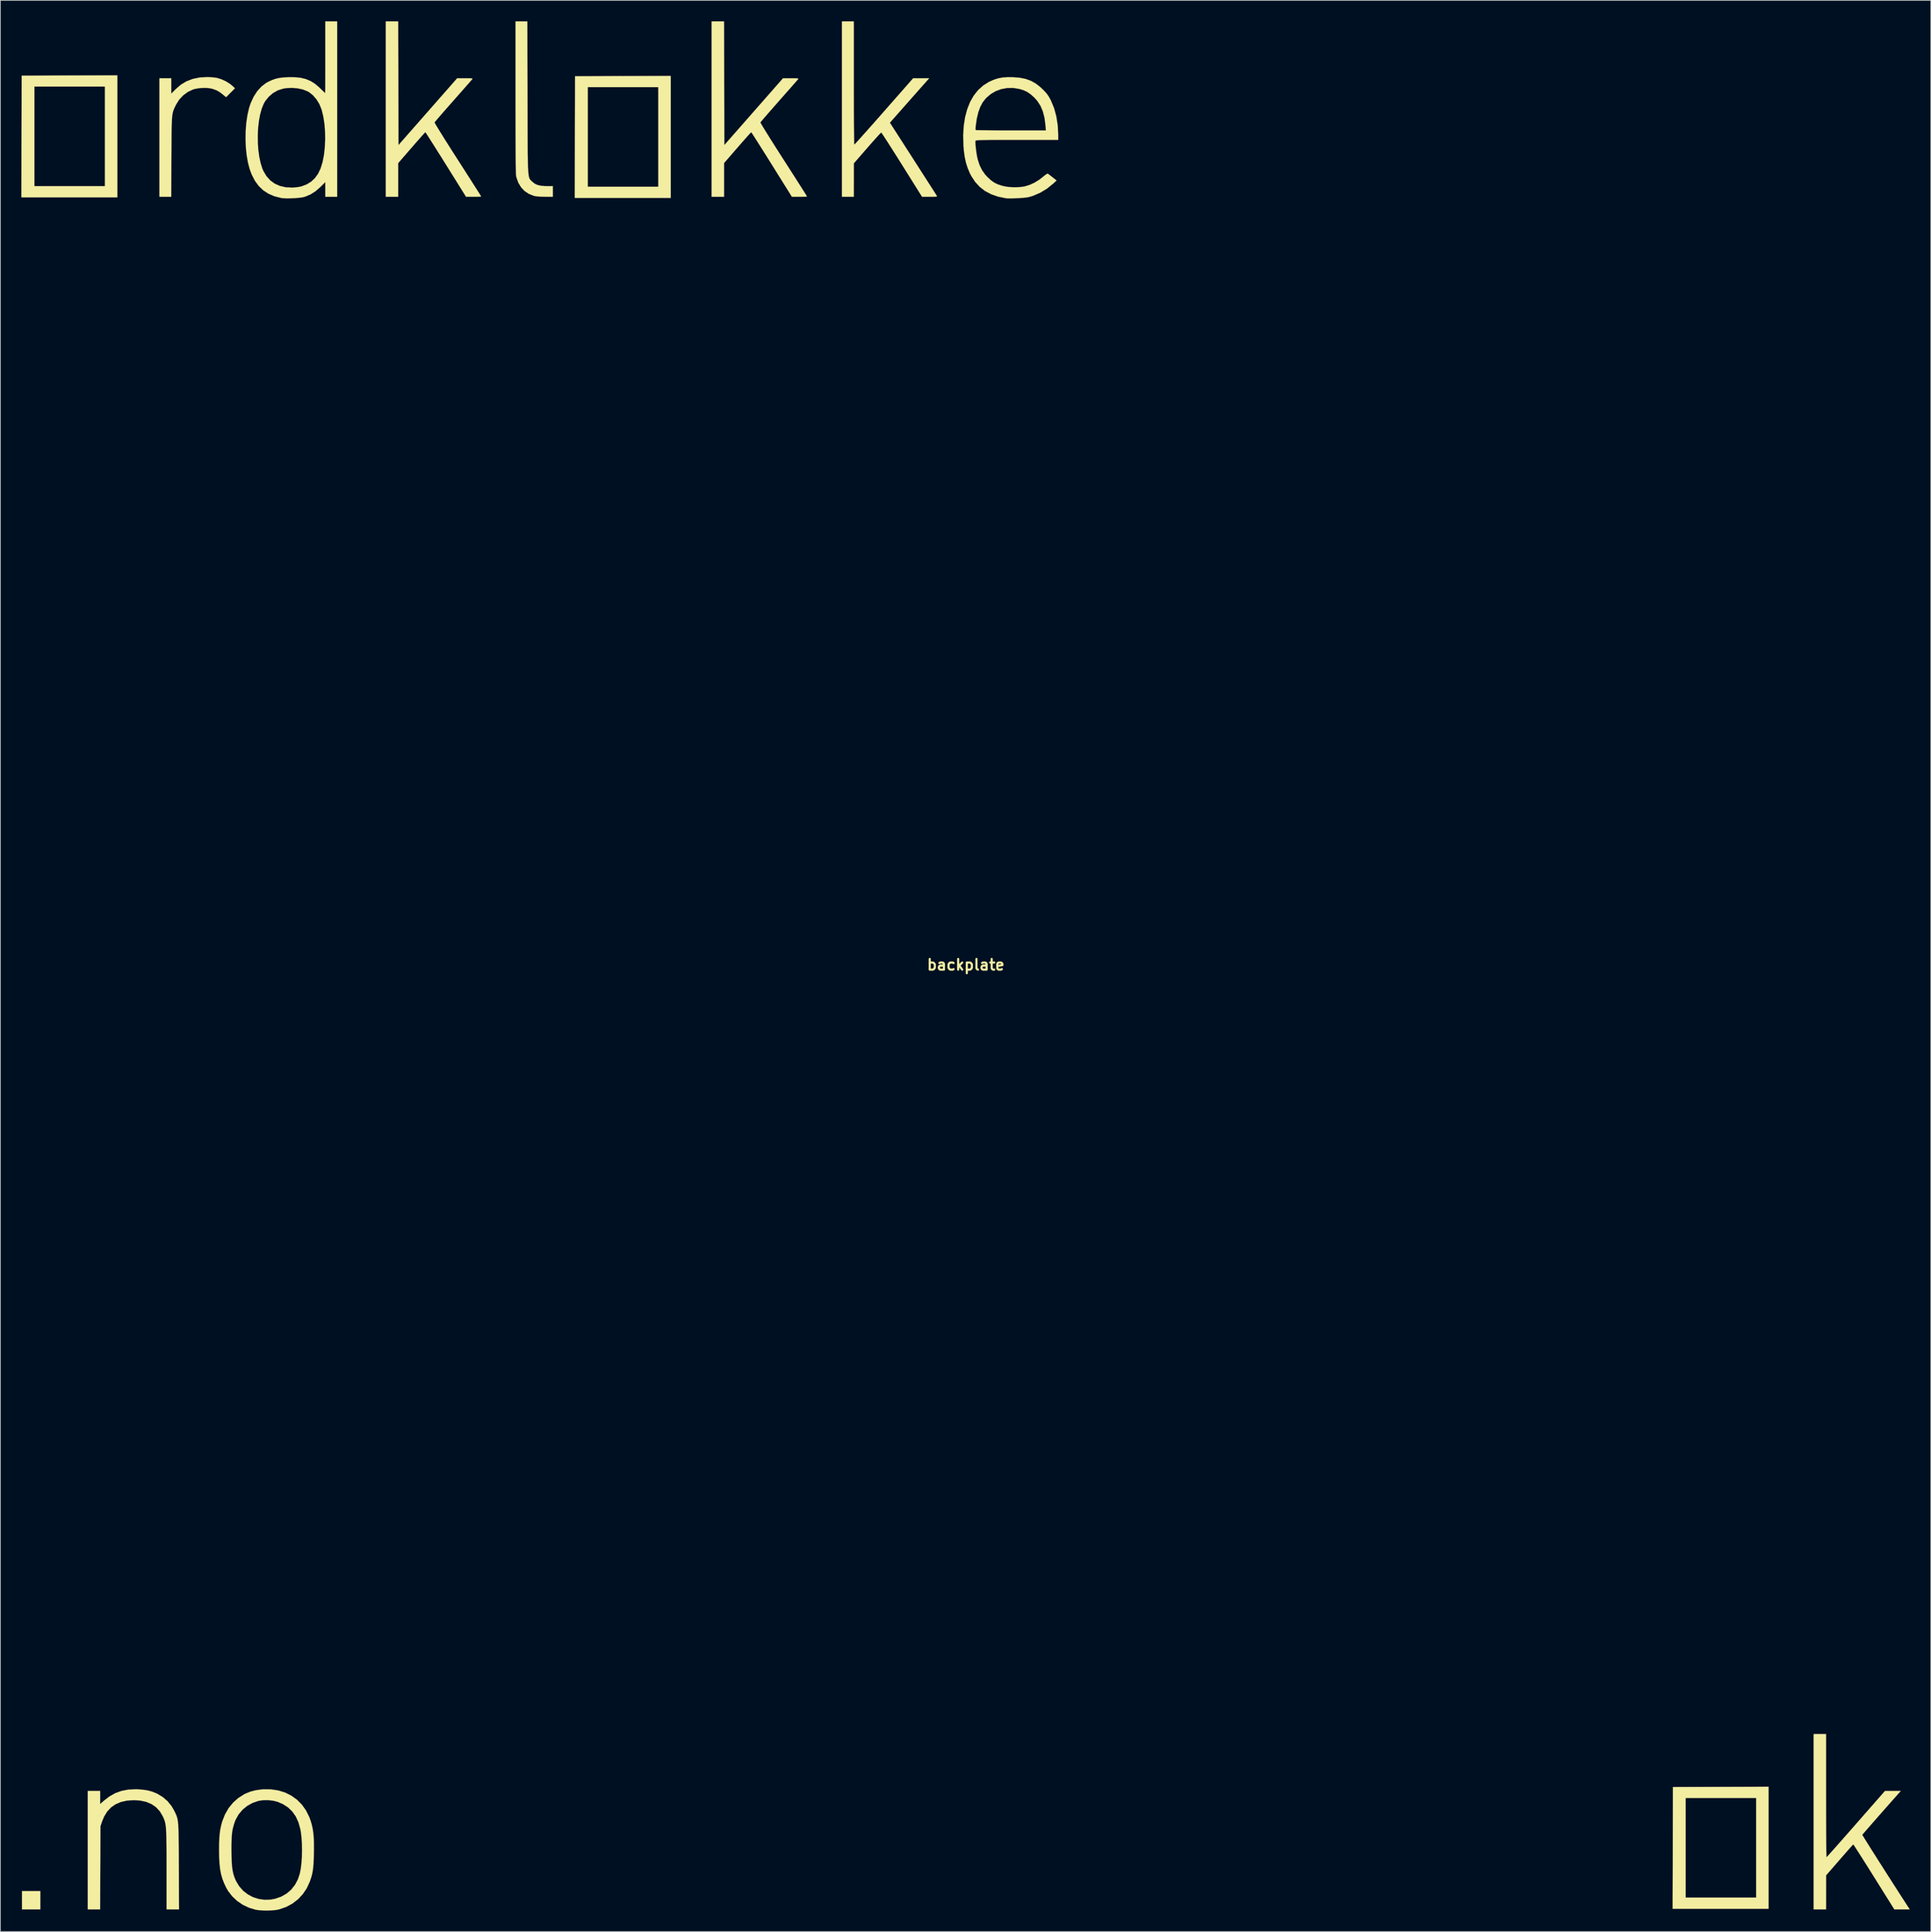
<source format=kicad_pcb>
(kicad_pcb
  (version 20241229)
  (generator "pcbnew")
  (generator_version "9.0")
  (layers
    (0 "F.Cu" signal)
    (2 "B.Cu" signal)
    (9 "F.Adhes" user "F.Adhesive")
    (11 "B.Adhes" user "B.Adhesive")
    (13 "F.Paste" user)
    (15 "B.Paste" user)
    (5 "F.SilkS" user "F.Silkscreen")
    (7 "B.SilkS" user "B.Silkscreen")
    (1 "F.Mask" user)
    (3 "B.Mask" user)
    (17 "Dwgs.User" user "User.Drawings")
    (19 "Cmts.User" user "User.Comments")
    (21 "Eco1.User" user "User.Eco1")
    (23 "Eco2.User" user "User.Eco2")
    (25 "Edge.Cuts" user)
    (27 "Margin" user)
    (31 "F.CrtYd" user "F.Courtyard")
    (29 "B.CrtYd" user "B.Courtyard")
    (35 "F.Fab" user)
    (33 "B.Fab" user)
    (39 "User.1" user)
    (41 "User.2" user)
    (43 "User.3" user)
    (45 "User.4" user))
  (footprint "backplate"
    (layer "F.Cu")
    (at 134.964 134.794)
    (property "Reference" "backplate" (at 0 0 0) (layer "F.SilkS") (effects (font (size 1.524 1.524) (thickness 0.3))))
    (attr through_hole)
    (fp_poly (pts (xy -132.249 134.959) (xy -134.874 134.959) (xy -134.874 132.334) (xy -132.249 132.334) (xy -132.249 134.959)) (stroke (width 0.01) (type solid)) (fill yes) (layer "F.SilkS"))
    (fp_poly (pts (xy -121.243 -109.643) (xy -134.959 -109.643) (xy -134.92 -125.476) (xy -133.096 -125.476) (xy -133.096 -111.252) (xy -123.021 -111.252) (xy -123.021 -125.476) (xy -133.096 -125.476) (xy -134.92 -125.476) (xy -134.916 -127.042) (xy -128.079 -127.064) (xy -121.243 -127.086) (xy -121.243 -109.643)) (stroke (width 0.01) (type solid)) (fill yes) (layer "F.SilkS"))
    (fp_poly (pts (xy -42.164 -109.559) (xy -55.881 -109.559) (xy -55.842 -125.391) (xy -54.017 -125.391) (xy -54.017 -111.167) (xy -43.942 -111.167) (xy -43.942 -125.391) (xy -54.017 -125.391) (xy -55.842 -125.391) (xy -55.838 -126.958) (xy -49.001 -126.979) (xy -42.164 -127.001) (xy -42.164 -109.559)) (stroke (width 0.01) (type solid)) (fill yes) (layer "F.SilkS"))
    (fp_poly (pts (xy 114.723 134.874) (xy 101.007 134.874) (xy 101.046 119.041) (xy 102.87 119.041) (xy 102.87 133.265) (xy 112.945 133.265) (xy 112.945 119.041) (xy 102.87 119.041) (xy 101.046 119.041) (xy 101.05 117.475) (xy 107.886 117.453) (xy 114.723 117.432) (xy 114.723 134.874)) (stroke (width 0.01) (type solid)) (fill yes) (layer "F.SilkS"))
    (fp_poly (pts (xy -107.995 -126.816) (xy -107.539 -126.782) (xy -107.146 -126.734) (xy -107.009 -126.709) (xy -106.384 -126.52) (xy -105.748 -126.229) (xy -105.169 -125.87) (xy -104.854 -125.615) (xy -104.436 -125.233) (xy -105.706 -123.958) (xy -106.167 -124.343) (xy -106.63 -124.694) (xy -107.069 -124.942) (xy -107.558 -125.125) (xy -107.802 -125.192) (xy -108.306 -125.273) (xy -108.901 -125.291) (xy -109.519 -125.252) (xy -110.094 -125.157) (xy -110.426 -125.063) (xy -111.168 -124.715) (xy -111.835 -124.226) (xy -112.404 -123.614) (xy -112.857 -122.898) (xy -112.901 -122.809) (xy -113.012 -122.581) (xy -113.107 -122.378) (xy -113.189 -122.187) (xy -113.258 -121.994) (xy -113.315 -121.785) (xy -113.363 -121.548) (xy -113.401 -121.267) (xy -113.431 -120.93) (xy -113.455 -120.524) (xy -113.472 -120.034) (xy -113.485 -119.447) (xy -113.495 -118.749) (xy -113.502 -117.927) (xy -113.508 -116.968) (xy -113.514 -115.857) (xy -113.516 -115.464) (xy -113.547 -109.728) (xy -115.231 -109.728) (xy -115.231 -126.661) (xy -113.538 -126.661) (xy -113.538 -124.465) (xy -112.882 -125.128) (xy -112.156 -125.751) (xy -111.352 -126.231) (xy -110.464 -126.568) (xy -109.486 -126.767) (xy -108.44 -126.829) (xy -107.995 -126.816)) (stroke (width 0.01) (type solid)) (fill yes) (layer "F.SilkS"))
    (fp_poly (pts (xy -62.634 -123.973) (xy -62.63 -122.352) (xy -62.627 -120.891) (xy -62.625 -119.581) (xy -62.621 -118.415) (xy -62.617 -117.383) (xy -62.611 -116.476) (xy -62.603 -115.685) (xy -62.592 -115.003) (xy -62.578 -114.419) (xy -62.561 -113.925) (xy -62.54 -113.513) (xy -62.514 -113.173) (xy -62.483 -112.897) (xy -62.447 -112.676) (xy -62.405 -112.501) (xy -62.356 -112.363) (xy -62.3 -112.253) (xy -62.236 -112.164) (xy -62.165 -112.085) (xy -62.084 -112.008) (xy -61.995 -111.925) (xy -61.945 -111.876) (xy -61.62 -111.611) (xy -61.24 -111.426) (xy -60.775 -111.311) (xy -60.194 -111.258) (xy -59.844 -111.252) (xy -59.013 -111.252) (xy -59.013 -109.728) (xy -60.135 -109.734) (xy -60.699 -109.747) (xy -61.189 -109.78) (xy -61.568 -109.83) (xy -61.701 -109.859) (xy -62.417 -110.134) (xy -63.034 -110.543) (xy -63.543 -111.077) (xy -63.937 -111.727) (xy -64.208 -112.485) (xy -64.252 -112.674) (xy -64.267 -112.809) (xy -64.281 -113.062) (xy -64.294 -113.438) (xy -64.305 -113.942) (xy -64.314 -114.577) (xy -64.323 -115.35) (xy -64.33 -116.262) (xy -64.335 -117.32) (xy -64.34 -118.528) (xy -64.343 -119.89) (xy -64.345 -121.41) (xy -64.347 -123.092) (xy -64.347 -123.956) (xy -64.347 -134.789) (xy -62.658 -134.789) (xy -62.634 -123.973)) (stroke (width 0.01) (type solid)) (fill yes) (layer "F.SilkS"))
    (fp_poly (pts (xy -118.279 117.8) (xy -117.534 117.859) (xy -116.9 117.96) (xy -116.322 118.117) (xy -115.744 118.344) (xy -115.492 118.462) (xy -114.739 118.916) (xy -114.067 119.504) (xy -113.501 120.198) (xy -113.14 120.819) (xy -113.021 121.063) (xy -112.918 121.28) (xy -112.828 121.482) (xy -112.752 121.683) (xy -112.688 121.895) (xy -112.635 122.132) (xy -112.592 122.408) (xy -112.557 122.734) (xy -112.53 123.124) (xy -112.509 123.592) (xy -112.494 124.15) (xy -112.483 124.811) (xy -112.475 125.589) (xy -112.469 126.496) (xy -112.464 127.546) (xy -112.458 128.752) (xy -112.458 128.799) (xy -112.43 134.959) (xy -114.215 134.959) (xy -114.215 129.24) (xy -114.216 128.039) (xy -114.217 126.994) (xy -114.221 126.091) (xy -114.228 125.318) (xy -114.239 124.662) (xy -114.255 124.109) (xy -114.277 123.645) (xy -114.306 123.258) (xy -114.343 122.934) (xy -114.388 122.661) (xy -114.444 122.424) (xy -114.511 122.211) (xy -114.589 122.008) (xy -114.68 121.803) (xy -114.769 121.614) (xy -115.188 120.918) (xy -115.72 120.349) (xy -116.362 119.907) (xy -117.114 119.593) (xy -117.975 119.407) (xy -118.914 119.349) (xy -119.89 119.417) (xy -120.756 119.614) (xy -121.512 119.939) (xy -122.162 120.395) (xy -122.706 120.982) (xy -123.144 121.701) (xy -123.426 122.386) (xy -123.656 123.063) (xy -123.704 134.959) (xy -125.476 134.959) (xy -125.476 118.025) (xy -123.698 118.025) (xy -123.698 119.898) (xy -123.189 119.448) (xy -122.376 118.82) (xy -121.527 118.345) (xy -120.625 118.019) (xy -119.654 117.836) (xy -118.596 117.79) (xy -118.279 117.8)) (stroke (width 0.01) (type solid)) (fill yes) (layer "F.SilkS"))
    (fp_poly (pts (xy -81.09 -125.954) (xy -81.068 -117.119) (xy -76.877 -121.889) (xy -72.686 -126.66) (xy -71.554 -126.661) (xy -71.099 -126.66) (xy -70.79 -126.653) (xy -70.604 -126.639) (xy -70.516 -126.613) (xy -70.503 -126.571) (xy -70.538 -126.516) (xy -70.617 -126.424) (xy -70.796 -126.219) (xy -71.063 -125.913) (xy -71.408 -125.521) (xy -71.819 -125.055) (xy -72.283 -124.528) (xy -72.79 -123.954) (xy -73.263 -123.418) (xy -73.795 -122.815) (xy -74.292 -122.249) (xy -74.743 -121.733) (xy -75.137 -121.279) (xy -75.462 -120.901) (xy -75.708 -120.612) (xy -75.863 -120.425) (xy -75.915 -120.355) (xy -75.877 -120.267) (xy -75.754 -120.049) (xy -75.554 -119.712) (xy -75.282 -119.266) (xy -74.947 -118.724) (xy -74.556 -118.098) (xy -74.115 -117.397) (xy -73.632 -116.635) (xy -73.113 -115.822) (xy -72.607 -115.033) (xy -72.062 -114.185) (xy -71.545 -113.378) (xy -71.062 -112.624) (xy -70.621 -111.934) (xy -70.229 -111.319) (xy -69.893 -110.792) (xy -69.621 -110.362) (xy -69.42 -110.042) (xy -69.296 -109.843) (xy -69.257 -109.775) (xy -69.337 -109.758) (xy -69.554 -109.743) (xy -69.876 -109.734) (xy -70.273 -109.73) (xy -70.337 -109.73) (xy -71.416 -109.732) (xy -74.295 -114.342) (xy -74.795 -115.142) (xy -75.269 -115.897) (xy -75.71 -116.597) (xy -76.109 -117.229) (xy -76.46 -117.781) (xy -76.754 -118.241) (xy -76.984 -118.597) (xy -77.142 -118.836) (xy -77.221 -118.948) (xy -77.228 -118.954) (xy -77.294 -118.893) (xy -77.457 -118.718) (xy -77.706 -118.444) (xy -78.025 -118.086) (xy -78.403 -117.658) (xy -78.826 -117.174) (xy -79.196 -116.748) (xy -81.111 -114.539) (xy -81.111 -109.728) (xy -82.889 -109.728) (xy -82.889 -134.789) (xy -81.111 -134.789) (xy -81.09 -125.954)) (stroke (width 0.01) (type solid)) (fill yes) (layer "F.SilkS"))
    (fp_poly (pts (xy -34.523 -125.954) (xy -34.502 -117.12) (xy -30.311 -121.89) (xy -26.12 -126.66) (xy -24.987 -126.661) (xy -24.533 -126.66) (xy -24.224 -126.653) (xy -24.037 -126.639) (xy -23.949 -126.612) (xy -23.937 -126.571) (xy -23.971 -126.517) (xy -24.05 -126.426) (xy -24.229 -126.221) (xy -24.497 -125.915) (xy -24.841 -125.523) (xy -25.252 -125.056) (xy -25.716 -124.53) (xy -26.222 -123.956) (xy -26.698 -123.417) (xy -27.229 -122.814) (xy -27.726 -122.247) (xy -28.177 -121.731) (xy -28.57 -121.277) (xy -28.896 -120.899) (xy -29.142 -120.61) (xy -29.297 -120.423) (xy -29.349 -120.352) (xy -29.311 -120.265) (xy -29.188 -120.047) (xy -28.988 -119.71) (xy -28.716 -119.265) (xy -28.381 -118.724) (xy -27.989 -118.097) (xy -27.548 -117.397) (xy -27.065 -116.635) (xy -26.546 -115.822) (xy -26.041 -115.033) (xy -25.495 -114.185) (xy -24.978 -113.378) (xy -24.495 -112.624) (xy -24.054 -111.934) (xy -23.662 -111.319) (xy -23.327 -110.792) (xy -23.055 -110.362) (xy -22.853 -110.042) (xy -22.729 -109.843) (xy -22.691 -109.775) (xy -22.77 -109.758) (xy -22.987 -109.743) (xy -23.31 -109.734) (xy -23.707 -109.73) (xy -23.77 -109.73) (xy -24.85 -109.732) (xy -27.728 -114.342) (xy -28.228 -115.142) (xy -28.703 -115.897) (xy -29.144 -116.597) (xy -29.543 -117.229) (xy -29.894 -117.781) (xy -30.188 -118.241) (xy -30.418 -118.597) (xy -30.577 -118.836) (xy -30.656 -118.948) (xy -30.663 -118.954) (xy -30.729 -118.893) (xy -30.893 -118.718) (xy -31.142 -118.445) (xy -31.462 -118.086) (xy -31.84 -117.658) (xy -32.263 -117.175) (xy -32.631 -116.751) (xy -34.544 -114.546) (xy -34.544 -109.728) (xy -36.322 -109.728) (xy -36.322 -134.789) (xy -34.545 -134.789) (xy -34.523 -125.954)) (stroke (width 0.01) (type solid)) (fill yes) (layer "F.SilkS"))
    (fp_poly (pts (xy -16.002 -125.984) (xy -16.001 -124.779) (xy -15.999 -123.622) (xy -15.996 -122.525) (xy -15.992 -121.499) (xy -15.987 -120.555) (xy -15.98 -119.705) (xy -15.973 -118.958) (xy -15.966 -118.327) (xy -15.957 -117.823) (xy -15.948 -117.456) (xy -15.939 -117.239) (xy -15.93 -117.179) (xy -15.864 -117.241) (xy -15.695 -117.42) (xy -15.433 -117.707) (xy -15.085 -118.092) (xy -14.661 -118.565) (xy -14.17 -119.116) (xy -13.62 -119.735) (xy -13.02 -120.412) (xy -12.38 -121.137) (xy -11.708 -121.901) (xy -11.691 -121.92) (xy -7.523 -126.661) (xy -5.23 -126.661) (xy -5.515 -126.344) (xy -5.63 -126.214) (xy -5.844 -125.973) (xy -6.144 -125.634) (xy -6.518 -125.212) (xy -6.952 -124.721) (xy -7.433 -124.176) (xy -7.949 -123.593) (xy -8.323 -123.17) (xy -10.845 -120.314) (xy -7.513 -115.127) (xy -6.968 -114.278) (xy -6.448 -113.47) (xy -5.963 -112.713) (xy -5.518 -112.02) (xy -5.121 -111.401) (xy -4.78 -110.869) (xy -4.501 -110.435) (xy -4.293 -110.11) (xy -4.162 -109.905) (xy -4.117 -109.834) (xy -4.127 -109.789) (xy -4.231 -109.758) (xy -4.45 -109.739) (xy -4.805 -109.73) (xy -5.151 -109.728) (xy -6.248 -109.728) (xy -9.127 -114.321) (xy -9.628 -115.119) (xy -10.104 -115.873) (xy -10.547 -116.571) (xy -10.949 -117.201) (xy -11.303 -117.751) (xy -11.6 -118.208) (xy -11.833 -118.562) (xy -11.994 -118.799) (xy -12.076 -118.908) (xy -12.084 -118.914) (xy -12.156 -118.853) (xy -12.325 -118.677) (xy -12.579 -118.403) (xy -12.903 -118.045) (xy -13.285 -117.617) (xy -13.711 -117.134) (xy -14.078 -116.713) (xy -15.994 -114.512) (xy -15.998 -112.12) (xy -16.002 -109.728) (xy -17.695 -109.728) (xy -17.695 -134.789) (xy -16.002 -134.789) (xy -16.002 -125.984)) (stroke (width 0.01) (type solid)) (fill yes) (layer "F.SilkS"))
    (fp_poly (pts (xy 122.936 118.703) (xy 122.937 119.908) (xy 122.938 121.065) (xy 122.941 122.161) (xy 122.945 123.187) (xy 122.95 124.13) (xy 122.955 124.98) (xy 122.961 125.726) (xy 122.968 126.356) (xy 122.976 126.86) (xy 122.984 127.226) (xy 122.992 127.443) (xy 122.999 127.502) (xy 123.064 127.439) (xy 123.231 127.258) (xy 123.492 126.97) (xy 123.838 126.584) (xy 124.261 126.11) (xy 124.75 125.558) (xy 125.298 124.938) (xy 125.895 124.26) (xy 126.534 123.534) (xy 127.204 122.77) (xy 127.212 122.761) (xy 131.36 118.027) (xy 132.492 118.026) (xy 133.624 118.025) (xy 133.339 118.344) (xy 132.976 118.75) (xy 132.561 119.217) (xy 132.107 119.731) (xy 131.625 120.277) (xy 131.129 120.84) (xy 130.631 121.406) (xy 130.144 121.96) (xy 129.681 122.488) (xy 129.254 122.976) (xy 128.877 123.409) (xy 128.562 123.772) (xy 128.321 124.051) (xy 128.168 124.232) (xy 128.115 124.298) (xy 128.156 124.378) (xy 128.281 124.587) (xy 128.482 124.915) (xy 128.751 125.348) (xy 129.081 125.874) (xy 129.464 126.483) (xy 129.893 127.16) (xy 130.358 127.894) (xy 130.854 128.673) (xy 131.371 129.485) (xy 131.903 130.317) (xy 132.441 131.158) (xy 132.978 131.994) (xy 133.506 132.815) (xy 134.017 133.607) (xy 134.503 134.358) (xy 134.77 134.768) (xy 134.893 134.959) (xy 132.694 134.959) (xy 129.783 130.305) (xy 129.28 129.502) (xy 128.803 128.744) (xy 128.36 128.042) (xy 127.957 127.408) (xy 127.604 126.854) (xy 127.306 126.392) (xy 127.073 126.034) (xy 126.911 125.792) (xy 126.828 125.677) (xy 126.82 125.669) (xy 126.753 125.735) (xy 126.59 125.915) (xy 126.341 126.193) (xy 126.021 126.554) (xy 125.643 126.985) (xy 125.22 127.469) (xy 124.854 127.889) (xy 122.942 130.09) (xy 122.939 132.524) (xy 122.936 134.959) (xy 121.158 134.959) (xy 121.158 109.897) (xy 122.936 109.897) (xy 122.936 118.703)) (stroke (width 0.01) (type solid)) (fill yes) (layer "F.SilkS"))
    (fp_poly (pts (xy -89.831 -109.728) (xy -91.525 -109.728) (xy -91.525 -111.833) (xy -92.223 -111.138) (xy -92.919 -110.529) (xy -93.633 -110.073) (xy -94.39 -109.756) (xy -94.615 -109.69) (xy -94.944 -109.626) (xy -95.395 -109.574) (xy -95.919 -109.536) (xy -96.47 -109.512) (xy -96.999 -109.506) (xy -97.46 -109.519) (xy -97.803 -109.554) (xy -97.819 -109.557) (xy -98.791 -109.803) (xy -99.649 -110.169) (xy -100.399 -110.659) (xy -101.045 -111.278) (xy -101.593 -112.032) (xy -102.049 -112.924) (xy -102.311 -113.623) (xy -102.573 -114.585) (xy -102.763 -115.653) (xy -102.881 -116.793) (xy -102.929 -117.971) (xy -102.919 -118.491) (xy -101.18 -118.491) (xy -101.169 -117.438) (xy -101.097 -116.406) (xy -100.964 -115.425) (xy -100.77 -114.524) (xy -100.516 -113.735) (xy -100.372 -113.405) (xy -99.934 -112.67) (xy -99.394 -112.068) (xy -98.754 -111.602) (xy -98.019 -111.274) (xy -97.192 -111.086) (xy -96.276 -111.04) (xy -96.082 -111.048) (xy -95.676 -111.083) (xy -95.27 -111.141) (xy -94.942 -111.209) (xy -94.897 -111.222) (xy -94.168 -111.505) (xy -93.537 -111.896) (xy -93 -112.401) (xy -92.554 -113.028) (xy -92.193 -113.783) (xy -91.915 -114.673) (xy -91.715 -115.705) (xy -91.605 -116.679) (xy -91.545 -117.863) (xy -91.56 -119.03) (xy -91.647 -120.146) (xy -91.804 -121.179) (xy -92.026 -122.095) (xy -92.083 -122.275) (xy -92.388 -123.003) (xy -92.795 -123.661) (xy -93.279 -124.222) (xy -93.819 -124.657) (xy -94.063 -124.798) (xy -94.726 -125.059) (xy -95.485 -125.226) (xy -96.291 -125.294) (xy -97.093 -125.257) (xy -97.559 -125.182) (xy -98.311 -124.939) (xy -99.003 -124.548) (xy -99.611 -124.029) (xy -100.112 -123.4) (xy -100.329 -123.022) (xy -100.62 -122.313) (xy -100.85 -121.476) (xy -101.02 -120.539) (xy -101.13 -119.534) (xy -101.18 -118.491) (xy -102.919 -118.491) (xy -102.906 -119.155) (xy -102.814 -120.31) (xy -102.652 -121.403) (xy -102.42 -122.401) (xy -102.19 -123.099) (xy -101.762 -124.026) (xy -101.247 -124.821) (xy -100.652 -125.477) (xy -99.981 -125.989) (xy -99.642 -126.176) (xy -99.13 -126.41) (xy -98.652 -126.578) (xy -98.16 -126.692) (xy -97.604 -126.764) (xy -96.934 -126.805) (xy -96.857 -126.808) (xy -95.893 -126.807) (xy -95.054 -126.723) (xy -94.315 -126.547) (xy -93.648 -126.271) (xy -93.026 -125.885) (xy -92.422 -125.379) (xy -92.289 -125.251) (xy -92.008 -124.977) (xy -91.775 -124.752) (xy -91.613 -124.6) (xy -91.548 -124.545) (xy -91.544 -124.627) (xy -91.54 -124.864) (xy -91.536 -125.241) (xy -91.533 -125.744) (xy -91.53 -126.358) (xy -91.528 -127.068) (xy -91.526 -127.86) (xy -91.525 -128.72) (xy -91.525 -129.632) (xy -91.525 -129.667) (xy -91.525 -134.789) (xy -89.831 -134.789) (xy -89.831 -109.728)) (stroke (width 0.01) (type solid)) (fill yes) (layer "F.SilkS"))
    (fp_poly (pts (xy -99.261 117.808) (xy -98.219 117.968) (xy -97.25 118.274) (xy -96.363 118.718) (xy -95.567 119.294) (xy -94.872 119.998) (xy -94.286 120.822) (xy -93.819 121.761) (xy -93.651 122.216) (xy -93.477 122.794) (xy -93.344 123.377) (xy -93.247 123.993) (xy -93.185 124.673) (xy -93.153 125.445) (xy -93.149 126.337) (xy -93.158 126.958) (xy -93.181 127.763) (xy -93.214 128.432) (xy -93.262 128.995) (xy -93.328 129.484) (xy -93.418 129.932) (xy -93.537 130.37) (xy -93.69 130.831) (xy -93.749 130.997) (xy -94.177 131.931) (xy -94.739 132.769) (xy -95.421 133.5) (xy -96.209 134.111) (xy -97.092 134.592) (xy -98.055 134.931) (xy -98.367 135.005) (xy -98.791 135.067) (xy -99.326 135.104) (xy -99.917 135.116) (xy -100.508 135.104) (xy -101.044 135.067) (xy -101.47 135.005) (xy -101.484 135.002) (xy -102.442 134.713) (xy -103.334 134.284) (xy -104.142 133.73) (xy -104.846 133.065) (xy -105.428 132.303) (xy -105.681 131.862) (xy -105.983 131.228) (xy -106.224 130.604) (xy -106.409 129.962) (xy -106.545 129.271) (xy -106.636 128.505) (xy -106.689 127.633) (xy -106.708 126.628) (xy -106.709 126.534) (xy -104.94 126.534) (xy -104.93 127.428) (xy -104.904 128.179) (xy -104.857 128.813) (xy -104.785 129.356) (xy -104.683 129.834) (xy -104.55 130.274) (xy -104.379 130.701) (xy -104.277 130.922) (xy -103.83 131.664) (xy -103.265 132.299) (xy -102.6 132.817) (xy -101.854 133.21) (xy -101.046 133.47) (xy -100.195 133.588) (xy -99.32 133.557) (xy -98.687 133.437) (xy -97.818 133.134) (xy -97.054 132.699) (xy -96.399 132.138) (xy -95.859 131.455) (xy -95.438 130.656) (xy -95.166 129.84) (xy -95.031 129.164) (xy -94.933 128.362) (xy -94.872 127.478) (xy -94.849 126.551) (xy -94.864 125.622) (xy -94.918 124.732) (xy -95.012 123.923) (xy -95.087 123.496) (xy -95.354 122.534) (xy -95.736 121.695) (xy -96.235 120.978) (xy -96.851 120.383) (xy -97.586 119.908) (xy -98.355 119.581) (xy -98.985 119.426) (xy -99.691 119.349) (xy -100.402 119.354) (xy -101.045 119.444) (xy -101.092 119.455) (xy -101.934 119.744) (xy -102.696 120.17) (xy -103.362 120.72) (xy -103.915 121.378) (xy -104.339 122.129) (xy -104.508 122.567) (xy -104.638 122.984) (xy -104.739 123.37) (xy -104.816 123.757) (xy -104.871 124.171) (xy -104.908 124.644) (xy -104.93 125.204) (xy -104.939 125.88) (xy -104.94 126.534) (xy -106.709 126.534) (xy -106.709 126.45) (xy -106.7 125.551) (xy -106.669 124.788) (xy -106.614 124.127) (xy -106.531 123.536) (xy -106.415 122.98) (xy -106.264 122.429) (xy -106.25 122.382) (xy -105.864 121.393) (xy -105.35 120.501) (xy -104.718 119.718) (xy -103.977 119.053) (xy -103.137 118.52) (xy -102.922 118.413) (xy -102.231 118.131) (xy -101.521 117.941) (xy -100.734 117.827) (xy -100.366 117.799) (xy -99.261 117.808)) (stroke (width 0.01) (type solid)) (fill yes) (layer "F.SilkS"))
    (fp_poly (pts (xy 6.766 -126.809) (xy 7.723 -126.73) (xy 8.56 -126.563) (xy 9.306 -126.293) (xy 9.993 -125.909) (xy 10.651 -125.398) (xy 11.017 -125.052) (xy 11.367 -124.69) (xy 11.629 -124.381) (xy 11.843 -124.07) (xy 12.05 -123.7) (xy 12.183 -123.439) (xy 12.619 -122.379) (xy 12.937 -121.212) (xy 13.135 -119.954) (xy 13.208 -118.622) (xy 13.208 -118.524) (xy 13.208 -117.856) (xy 7.321 -117.856) (xy 6.169 -117.856) (xy 5.176 -117.855) (xy 4.328 -117.852) (xy 3.616 -117.849) (xy 3.027 -117.844) (xy 2.55 -117.837) (xy 2.173 -117.828) (xy 1.886 -117.817) (xy 1.676 -117.803) (xy 1.532 -117.786) (xy 1.443 -117.766) (xy 1.397 -117.743) (xy 1.384 -117.727) (xy 1.368 -117.568) (xy 1.378 -117.281) (xy 1.409 -116.901) (xy 1.459 -116.467) (xy 1.521 -116.016) (xy 1.592 -115.585) (xy 1.668 -115.211) (xy 1.695 -115.099) (xy 1.963 -114.26) (xy 2.315 -113.539) (xy 2.773 -112.896) (xy 3.124 -112.515) (xy 3.603 -112.078) (xy 4.066 -111.751) (xy 4.57 -111.505) (xy 5.171 -111.306) (xy 5.369 -111.253) (xy 5.972 -111.144) (xy 6.67 -111.09) (xy 7.395 -111.092) (xy 8.081 -111.151) (xy 8.424 -111.21) (xy 9.107 -111.416) (xy 9.82 -111.746) (xy 10.514 -112.172) (xy 11.005 -112.553) (xy 11.308 -112.806) (xy 11.515 -112.957) (xy 11.652 -113.022) (xy 11.746 -113.016) (xy 11.772 -113) (xy 11.9 -112.903) (xy 12.118 -112.734) (xy 12.384 -112.525) (xy 12.44 -112.48) (xy 12.975 -112.057) (xy 12.478 -111.601) (xy 11.591 -110.888) (xy 10.634 -110.309) (xy 9.632 -109.877) (xy 8.975 -109.683) (xy 8.689 -109.635) (xy 8.28 -109.59) (xy 7.791 -109.552) (xy 7.264 -109.523) (xy 6.745 -109.504) (xy 6.275 -109.499) (xy 5.9 -109.508) (xy 5.715 -109.525) (xy 4.608 -109.753) (xy 3.624 -110.095) (xy 2.757 -110.555) (xy 2.002 -111.137) (xy 1.351 -111.845) (xy 0.799 -112.684) (xy 0.593 -113.08) (xy 0.277 -113.817) (xy 0.032 -114.583) (xy -0.148 -115.413) (xy -0.273 -116.345) (xy -0.334 -117.119) (xy -0.366 -118.55) (xy -0.309 -119.492) (xy 1.392 -119.492) (xy 1.4 -119.311) (xy 1.416 -119.262) (xy 1.508 -119.253) (xy 1.754 -119.244) (xy 2.139 -119.236) (xy 2.649 -119.229) (xy 3.269 -119.222) (xy 3.982 -119.217) (xy 4.776 -119.214) (xy 5.633 -119.211) (xy 6.455 -119.211) (xy 11.443 -119.211) (xy 11.383 -119.994) (xy 11.248 -121.035) (xy 11.009 -121.951) (xy 10.66 -122.756) (xy 10.195 -123.46) (xy 9.799 -123.9) (xy 9.288 -124.361) (xy 8.793 -124.701) (xy 8.262 -124.951) (xy 7.655 -125.139) (xy 6.777 -125.283) (xy 5.906 -125.273) (xy 5.063 -125.117) (xy 4.269 -124.821) (xy 3.543 -124.394) (xy 2.906 -123.843) (xy 2.416 -123.231) (xy 2.071 -122.59) (xy 1.787 -121.804) (xy 1.568 -120.886) (xy 1.418 -119.852) (xy 1.407 -119.749) (xy 1.392 -119.492) (xy -0.309 -119.492) (xy -0.284 -119.887) (xy -0.091 -121.124) (xy 0.211 -122.254) (xy 0.619 -123.273) (xy 1.132 -124.175) (xy 1.748 -124.954) (xy 2.463 -125.605) (xy 3.276 -126.122) (xy 3.429 -126.199) (xy 4.055 -126.47) (xy 4.662 -126.657) (xy 5.297 -126.77) (xy 6.004 -126.817) (xy 6.766 -126.809)) (stroke (width 0.01) (type solid)) (fill yes) (layer "F.SilkS")))
  (gr_rect
    (start -3 -3)
    (end 272.863 272.916)
    (stroke (width 0.1) (type default))
    (fill no)
    (layer "Edge.Cuts")))
</source>
